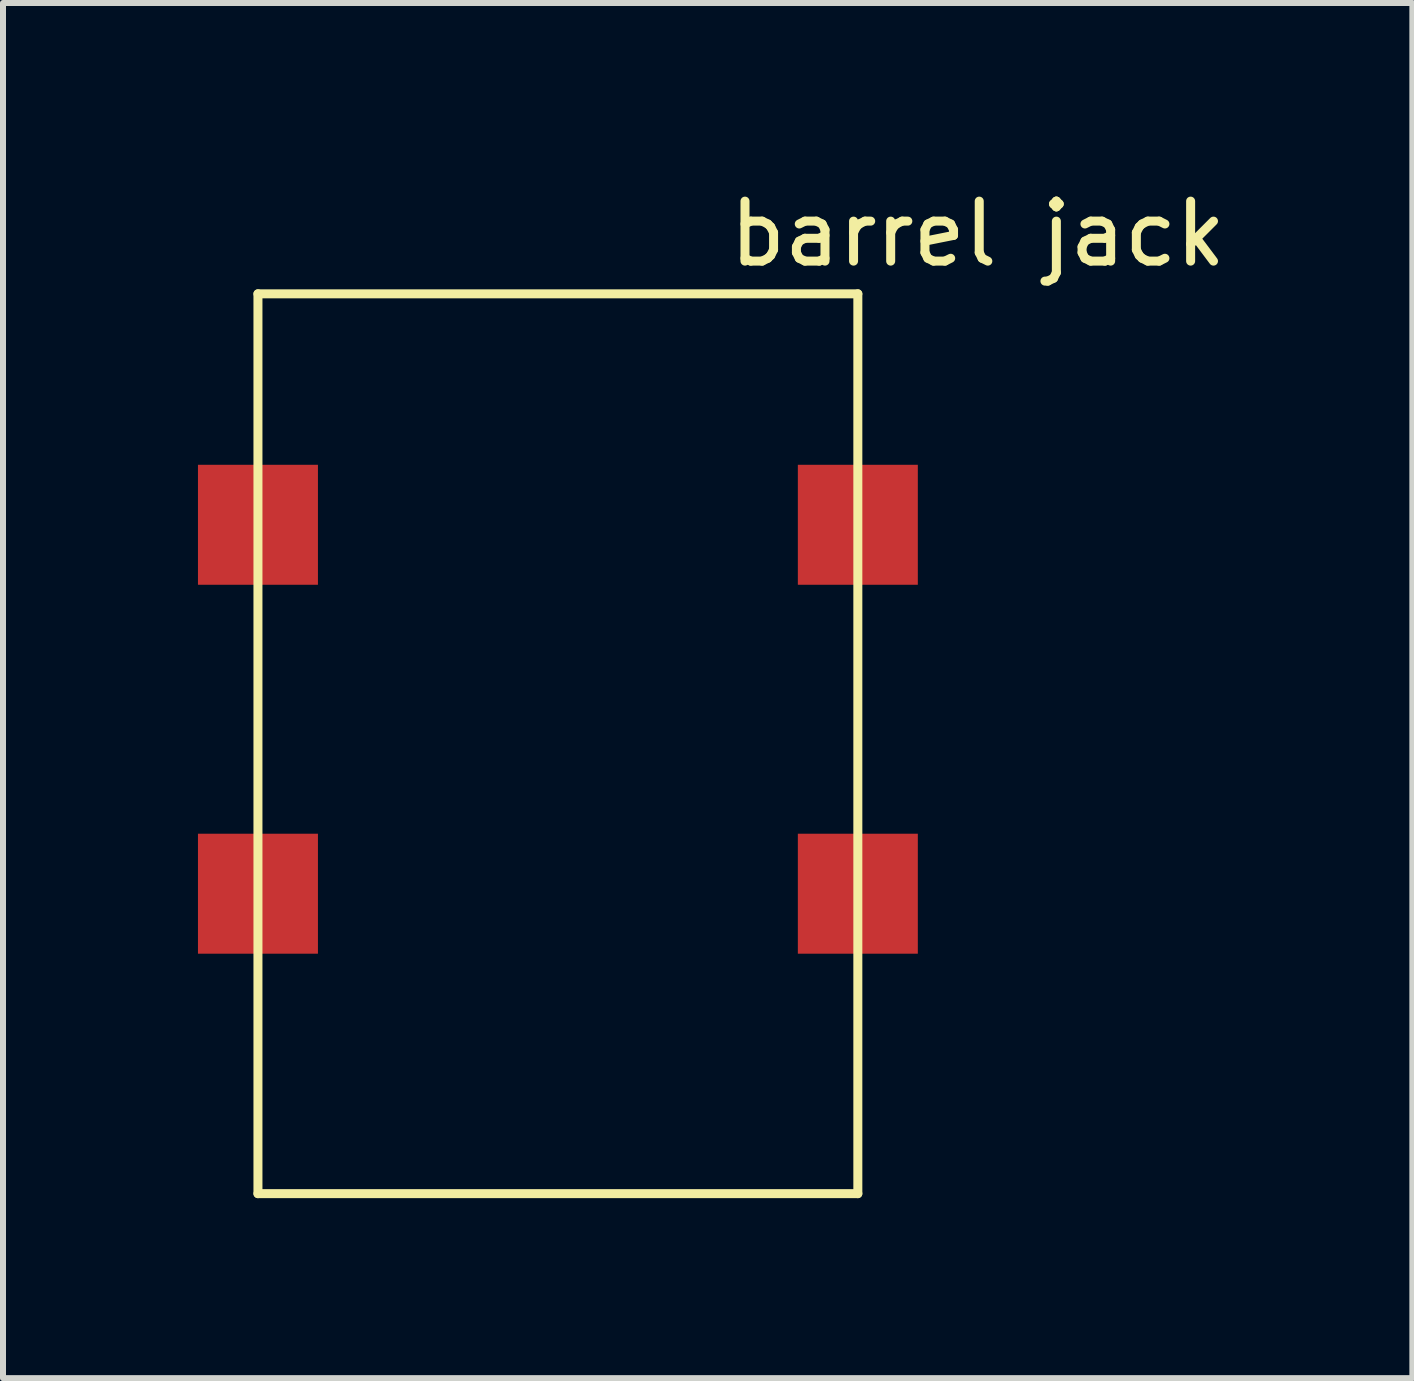
<source format=kicad_pcb>
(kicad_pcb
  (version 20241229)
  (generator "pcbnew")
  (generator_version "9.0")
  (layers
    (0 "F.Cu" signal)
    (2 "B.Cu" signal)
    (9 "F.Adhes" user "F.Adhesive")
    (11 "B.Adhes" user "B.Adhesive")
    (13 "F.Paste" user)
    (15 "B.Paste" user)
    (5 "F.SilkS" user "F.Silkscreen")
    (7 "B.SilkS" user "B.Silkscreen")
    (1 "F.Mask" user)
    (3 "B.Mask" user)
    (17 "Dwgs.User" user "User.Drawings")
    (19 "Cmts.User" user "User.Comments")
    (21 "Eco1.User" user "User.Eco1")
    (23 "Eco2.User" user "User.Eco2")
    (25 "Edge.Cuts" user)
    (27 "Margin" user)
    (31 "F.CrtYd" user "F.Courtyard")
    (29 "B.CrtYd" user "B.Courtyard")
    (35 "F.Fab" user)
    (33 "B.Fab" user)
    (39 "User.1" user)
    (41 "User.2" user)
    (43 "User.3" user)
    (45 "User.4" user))
  (footprint "barrel jack"
    (layer "F.Cu")
    (at 0.25 10.848)
    (property "Reference" "barrel jack" (at 13 -10 0) (layer "F.SilkS") (effects (font (size 1 1) (thickness 0.15))))
    (attr through_hole)
    (fp_line (start 1 -9) (end 1 6) (stroke (width 0.15) (type solid)) (layer "F.SilkS"))
    (fp_line (start 1 6) (end 11 6) (stroke (width 0.15) (type solid)) (layer "F.SilkS"))
    (fp_line (start 11 -9) (end 1 -9) (stroke (width 0.15) (type solid)) (layer "F.SilkS"))
    (fp_line (start 11 6) (end 11 -9) (stroke (width 0.15) (type solid)) (layer "F.SilkS"))
    (pad "1" smd rect (at 1 -5.15) (size 2 2) (layers "F.Cu" "F.Mask" "F.Paste"))
    (pad "1" smd rect (at 1 1) (size 2 2) (layers "F.Cu" "F.Mask" "F.Paste"))
    (pad "2" smd rect (at 11 1) (size 2 2) (layers "F.Cu" "F.Mask" "F.Paste"))
    (pad "3" smd rect (at 11 -5.15) (size 2 2) (layers "F.Cu" "F.Mask" "F.Paste")))
  (gr_rect
    (start -3 -3)
    (end 20.494 19.923)
    (stroke (width 0.1) (type default))
    (fill no)
    (layer "Edge.Cuts")))
</source>
